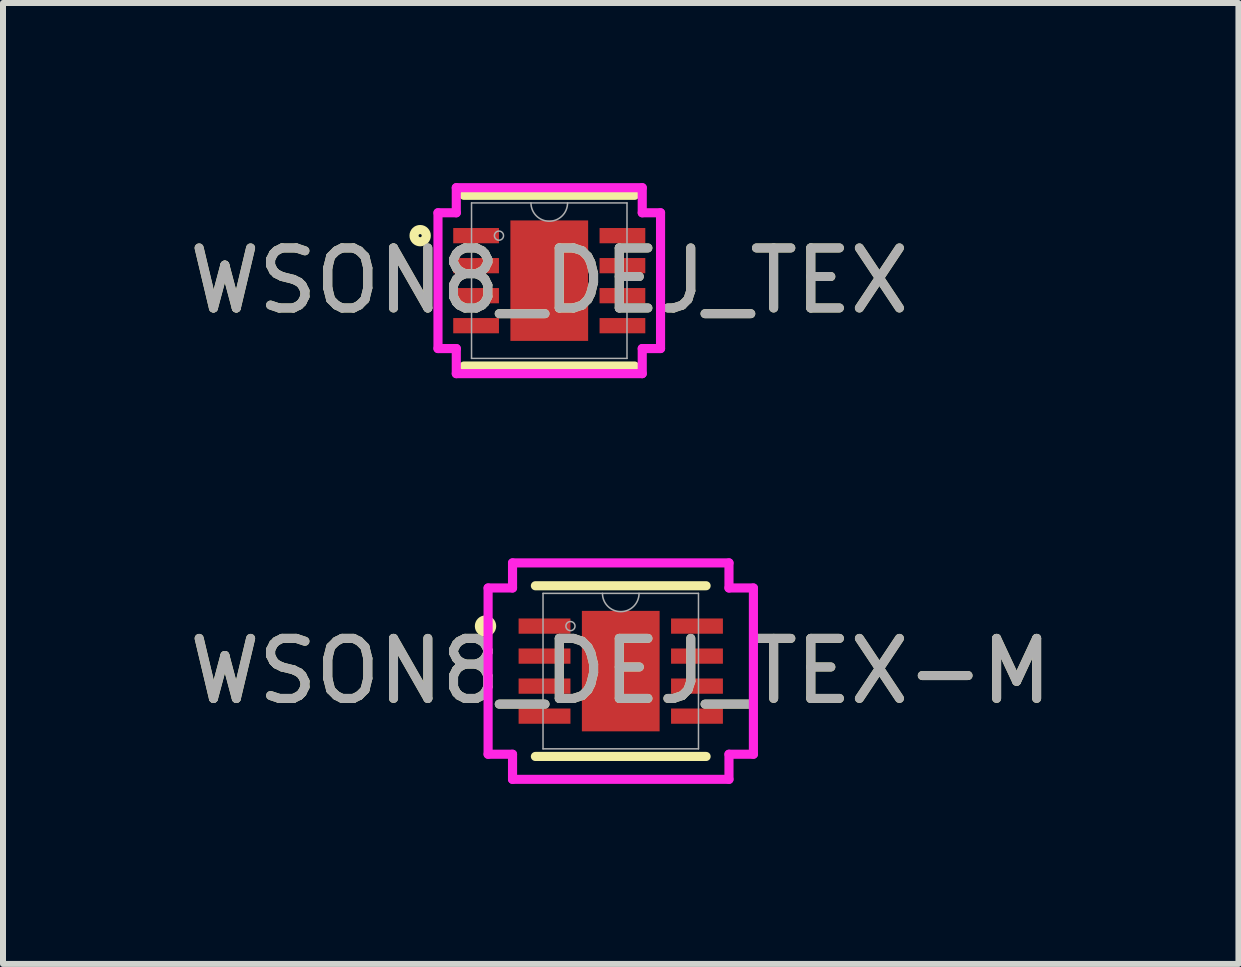
<source format=kicad_pcb>
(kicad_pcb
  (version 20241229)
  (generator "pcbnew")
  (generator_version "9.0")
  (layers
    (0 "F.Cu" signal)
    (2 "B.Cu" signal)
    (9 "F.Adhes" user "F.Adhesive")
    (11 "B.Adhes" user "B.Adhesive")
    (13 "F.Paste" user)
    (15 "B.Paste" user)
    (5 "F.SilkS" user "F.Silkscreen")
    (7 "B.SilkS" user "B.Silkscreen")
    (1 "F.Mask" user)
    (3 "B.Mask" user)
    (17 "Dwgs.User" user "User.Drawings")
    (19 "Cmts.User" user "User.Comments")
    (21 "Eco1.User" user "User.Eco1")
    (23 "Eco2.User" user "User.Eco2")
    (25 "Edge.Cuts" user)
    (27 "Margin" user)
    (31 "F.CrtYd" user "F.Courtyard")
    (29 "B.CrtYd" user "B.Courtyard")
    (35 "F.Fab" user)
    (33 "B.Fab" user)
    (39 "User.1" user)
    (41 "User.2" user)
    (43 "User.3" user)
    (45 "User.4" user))
  (footprint "WSON8_DEJ_TEX"
    (layer "F.Cu")
    (at 6.101 1.626)
    (property "Reference" "WSON8_DEJ_TEX" (at 0 0 0) (unlocked yes) (layer "F.SilkS") (effects (font (size 1 1) (thickness 0.15))))
    (attr smd)
    (fp_line (start -1.422 1.422) (end 1.422 1.422) (stroke (width 0.152) (type solid)) (layer "F.SilkS"))
    (fp_line (start 1.422 -1.422) (end -1.422 -1.422) (stroke (width 0.152) (type solid)) (layer "F.SilkS"))
    (fp_circle (center -2.151 -0.75) (end -2.049 -0.75) (stroke (width 0.152) (type solid)) (fill no) (layer "F.SilkS"))
    (fp_line (start -1.854 -1.131) (end -1.549 -1.131) (stroke (width 0.152) (type solid)) (layer "F.CrtYd"))
    (fp_line (start -1.854 1.131) (end -1.854 -1.131) (stroke (width 0.152) (type solid)) (layer "F.CrtYd"))
    (fp_line (start -1.854 1.131) (end -1.549 1.131) (stroke (width 0.152) (type solid)) (layer "F.CrtYd"))
    (fp_line (start -1.549 -1.549) (end 1.549 -1.549) (stroke (width 0.152) (type solid)) (layer "F.CrtYd"))
    (fp_line (start -1.549 -1.131) (end -1.549 -1.549) (stroke (width 0.152) (type solid)) (layer "F.CrtYd"))
    (fp_line (start -1.549 1.549) (end -1.549 1.131) (stroke (width 0.152) (type solid)) (layer "F.CrtYd"))
    (fp_line (start 1.549 -1.549) (end 1.549 -1.131) (stroke (width 0.152) (type solid)) (layer "F.CrtYd"))
    (fp_line (start 1.549 1.131) (end 1.549 1.549) (stroke (width 0.152) (type solid)) (layer "F.CrtYd"))
    (fp_line (start 1.549 1.549) (end -1.549 1.549) (stroke (width 0.152) (type solid)) (layer "F.CrtYd"))
    (fp_line (start 1.854 -1.131) (end 1.549 -1.131) (stroke (width 0.152) (type solid)) (layer "F.CrtYd"))
    (fp_line (start 1.854 -1.131) (end 1.854 1.131) (stroke (width 0.152) (type solid)) (layer "F.CrtYd"))
    (fp_line (start 1.854 1.131) (end 1.549 1.131) (stroke (width 0.152) (type solid)) (layer "F.CrtYd"))
    (fp_line (start -1.295 -1.295) (end -1.295 1.295) (stroke (width 0.025) (type solid)) (layer "F.Fab"))
    (fp_line (start -1.295 1.295) (end 1.295 1.295) (stroke (width 0.025) (type solid)) (layer "F.Fab"))
    (fp_line (start 1.295 -1.295) (end -1.295 -1.295) (stroke (width 0.025) (type solid)) (layer "F.Fab"))
    (fp_line (start 1.295 1.295) (end 1.295 -1.295) (stroke (width 0.025) (type solid)) (layer "F.Fab"))
    (fp_arc (start 0.3048 -1.2954) (mid 0 -0.9906) (end -0.3048 -1.2954) (stroke (width 0.0254) (type solid)) (layer "F.Fab"))
    (fp_circle (center -0.838 -0.75) (end -0.762 -0.75) (stroke (width 0.025) (type solid)) (fill no) (layer "F.Fab"))
    (fp_text user "${REFERENCE}" (at 0 0 0) (unlocked yes) (layer "F.Fab") (effects (font (size 1 1) (thickness 0.15))))
    (pad "1" smd rect (at -1.219 -0.75) (size 0.762 0.254) (layers "F.Cu" "F.Mask" "F.Paste"))
    (pad "2" smd rect (at -1.219 -0.25) (size 0.762 0.254) (layers "F.Cu" "F.Mask" "F.Paste"))
    (pad "3" smd rect (at -1.219 0.25) (size 0.762 0.254) (layers "F.Cu" "F.Mask" "F.Paste"))
    (pad "4" smd rect (at -1.219 0.75) (size 0.762 0.254) (layers "F.Cu" "F.Mask" "F.Paste"))
    (pad "5" smd rect (at 1.219 0.75) (size 0.762 0.254) (layers "F.Cu" "F.Mask" "F.Paste"))
    (pad "6" smd rect (at 1.219 0.25) (size 0.762 0.254) (layers "F.Cu" "F.Mask" "F.Paste"))
    (pad "7" smd rect (at 1.219 -0.25) (size 0.762 0.254) (layers "F.Cu" "F.Mask" "F.Paste"))
    (pad "8" smd rect (at 1.219 -0.75) (size 0.762 0.254) (layers "F.Cu" "F.Mask" "F.Paste"))
    (pad "9" smd rect (at 0 0) (size 1.295 2.007) (layers "F.Cu" "F.Mask" "F.Paste")))
  (footprint "WSON8_DEJ_TEX-M"
    (layer "F.Cu")
    (at 7.292 8.131)
    (property "Reference" "WSON8_DEJ_TEX-M" (at 0 0 0) (unlocked yes) (layer "F.SilkS") (effects (font (size 1 1) (thickness 0.15))))
    (attr smd)
    (fp_line (start -1.422 1.422) (end 1.422 1.422) (stroke (width 0.152) (type solid)) (layer "F.SilkS"))
    (fp_line (start 1.422 -1.422) (end -1.422 -1.422) (stroke (width 0.152) (type solid)) (layer "F.SilkS"))
    (fp_circle (center -2.253 -0.75) (end -2.151 -0.75) (stroke (width 0.152) (type solid)) (fill no) (layer "F.SilkS"))
    (fp_line (start -2.21 -1.385) (end -1.803 -1.385) (stroke (width 0.152) (type solid)) (layer "F.CrtYd"))
    (fp_line (start -2.21 1.385) (end -2.21 -1.385) (stroke (width 0.152) (type solid)) (layer "F.CrtYd"))
    (fp_line (start -2.21 1.385) (end -1.803 1.385) (stroke (width 0.152) (type solid)) (layer "F.CrtYd"))
    (fp_line (start -1.803 -1.803) (end 1.803 -1.803) (stroke (width 0.152) (type solid)) (layer "F.CrtYd"))
    (fp_line (start -1.803 -1.385) (end -1.803 -1.803) (stroke (width 0.152) (type solid)) (layer "F.CrtYd"))
    (fp_line (start -1.803 1.803) (end -1.803 1.385) (stroke (width 0.152) (type solid)) (layer "F.CrtYd"))
    (fp_line (start 1.803 -1.803) (end 1.803 -1.385) (stroke (width 0.152) (type solid)) (layer "F.CrtYd"))
    (fp_line (start 1.803 1.385) (end 1.803 1.803) (stroke (width 0.152) (type solid)) (layer "F.CrtYd"))
    (fp_line (start 1.803 1.803) (end -1.803 1.803) (stroke (width 0.152) (type solid)) (layer "F.CrtYd"))
    (fp_line (start 2.21 -1.385) (end 1.803 -1.385) (stroke (width 0.152) (type solid)) (layer "F.CrtYd"))
    (fp_line (start 2.21 -1.385) (end 2.21 1.385) (stroke (width 0.152) (type solid)) (layer "F.CrtYd"))
    (fp_line (start 2.21 1.385) (end 1.803 1.385) (stroke (width 0.152) (type solid)) (layer "F.CrtYd"))
    (fp_line (start -1.295 -1.295) (end -1.295 1.295) (stroke (width 0.025) (type solid)) (layer "F.Fab"))
    (fp_line (start -1.295 1.295) (end 1.295 1.295) (stroke (width 0.025) (type solid)) (layer "F.Fab"))
    (fp_line (start 1.295 -1.295) (end -1.295 -1.295) (stroke (width 0.025) (type solid)) (layer "F.Fab"))
    (fp_line (start 1.295 1.295) (end 1.295 -1.295) (stroke (width 0.025) (type solid)) (layer "F.Fab"))
    (fp_arc (start 0.3048 -1.2954) (mid 0 -0.9906) (end -0.3048 -1.2954) (stroke (width 0.0254) (type solid)) (layer "F.Fab"))
    (fp_circle (center -0.838 -0.75) (end -0.762 -0.75) (stroke (width 0.025) (type solid)) (fill no) (layer "F.Fab"))
    (fp_text user "${REFERENCE}" (at 0 0 0) (unlocked yes) (layer "F.Fab") (effects (font (size 1 1) (thickness 0.15))))
    (pad "1" smd rect (at -1.27 -0.75) (size 0.864 0.254) (layers "F.Cu" "F.Mask" "F.Paste"))
    (pad "2" smd rect (at -1.27 -0.25) (size 0.864 0.254) (layers "F.Cu" "F.Mask" "F.Paste"))
    (pad "3" smd rect (at -1.27 0.25) (size 0.864 0.254) (layers "F.Cu" "F.Mask" "F.Paste"))
    (pad "4" smd rect (at -1.27 0.75) (size 0.864 0.254) (layers "F.Cu" "F.Mask" "F.Paste"))
    (pad "5" smd rect (at 1.27 0.75) (size 0.864 0.254) (layers "F.Cu" "F.Mask" "F.Paste"))
    (pad "6" smd rect (at 1.27 0.25) (size 0.864 0.254) (layers "F.Cu" "F.Mask" "F.Paste"))
    (pad "7" smd rect (at 1.27 -0.25) (size 0.864 0.254) (layers "F.Cu" "F.Mask" "F.Paste"))
    (pad "8" smd rect (at 1.27 -0.75) (size 0.864 0.254) (layers "F.Cu" "F.Mask" "F.Paste"))
    (pad "9" smd rect (at 0 0) (size 1.295 2.007) (layers "F.Cu" "F.Mask" "F.Paste")))
  (gr_rect
    (start -3 -3)
    (end 17.583 13.01)
    (stroke (width 0.1) (type default))
    (fill no)
    (layer "Edge.Cuts")))
</source>
